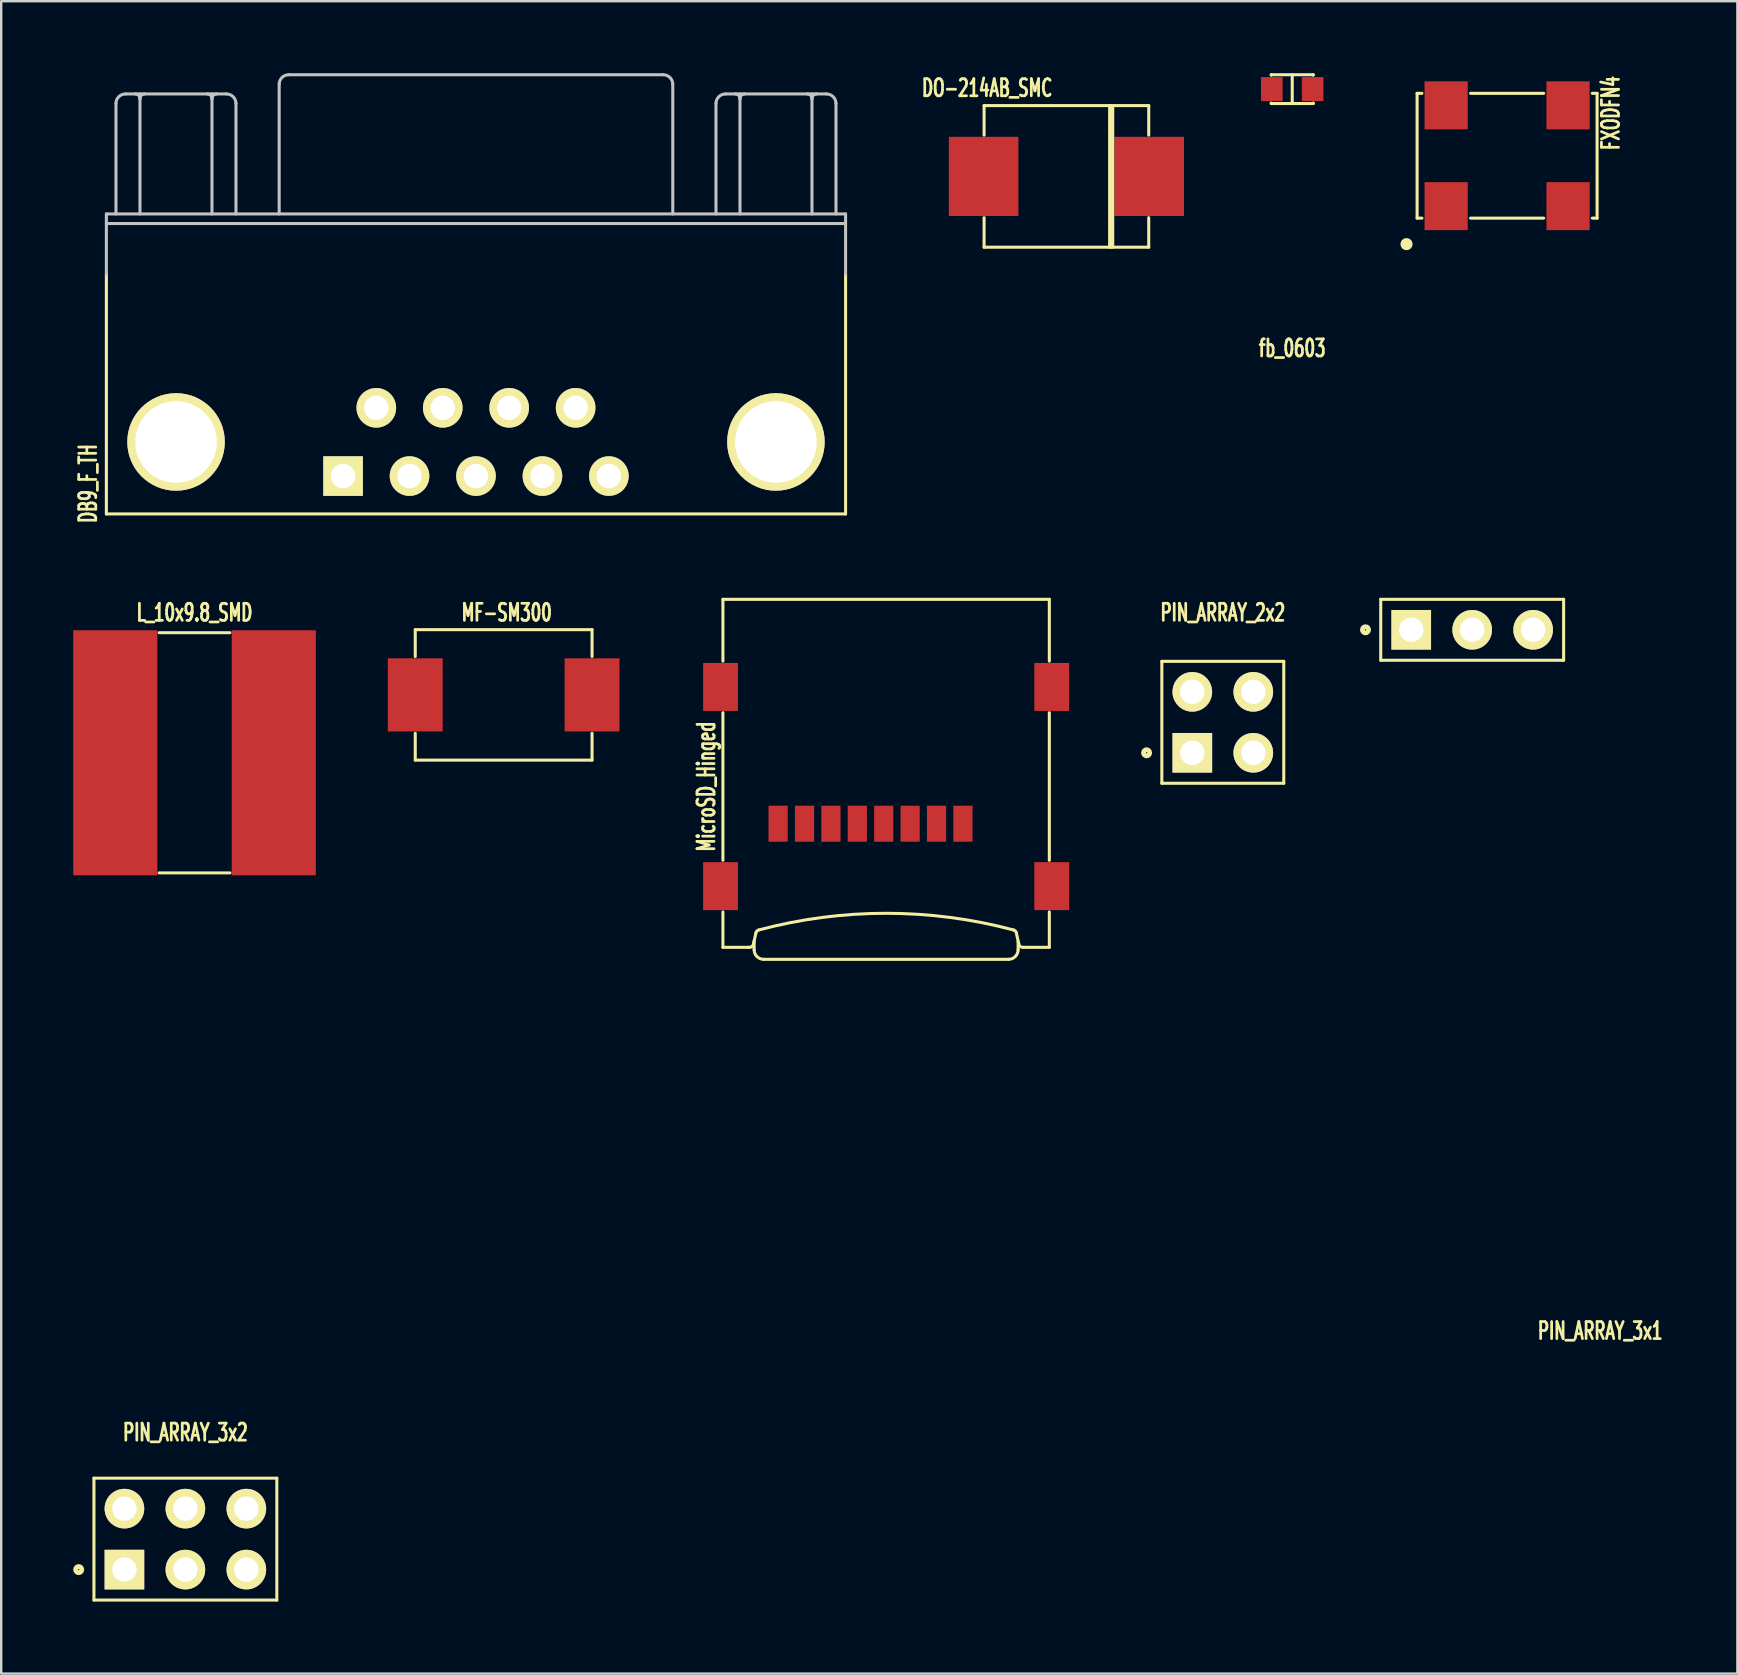
<source format=kicad_pcb>
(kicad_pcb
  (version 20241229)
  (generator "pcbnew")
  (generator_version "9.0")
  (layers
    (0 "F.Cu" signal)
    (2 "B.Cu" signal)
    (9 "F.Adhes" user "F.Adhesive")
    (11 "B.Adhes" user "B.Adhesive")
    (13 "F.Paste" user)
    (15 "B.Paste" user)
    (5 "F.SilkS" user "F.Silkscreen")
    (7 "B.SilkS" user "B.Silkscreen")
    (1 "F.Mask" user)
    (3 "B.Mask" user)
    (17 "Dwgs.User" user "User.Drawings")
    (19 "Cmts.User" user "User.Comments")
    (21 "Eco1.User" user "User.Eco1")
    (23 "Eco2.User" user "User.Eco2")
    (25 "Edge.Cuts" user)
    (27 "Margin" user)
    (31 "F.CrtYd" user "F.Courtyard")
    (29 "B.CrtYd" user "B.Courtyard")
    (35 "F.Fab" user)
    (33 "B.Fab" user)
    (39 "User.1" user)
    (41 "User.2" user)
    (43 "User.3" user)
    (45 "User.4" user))
  (footprint "fb_0603"
    (layer "F.Cu")
    (at 50.792 0.663)
    (property "Reference" "fb_0603" (at 0 10.795 0) (layer "F.SilkS") (effects (font (size 0.711 0.457) (thickness 0.114))))
    (attr through_hole)
    (fp_line (start -0.875 -0.58) (end -0.875 -0.6) (stroke (width 0.127) (type solid)) (layer "F.SilkS"))
    (fp_line (start -0.875 0.6) (end -0.875 0.58) (stroke (width 0.127) (type solid)) (layer "F.SilkS"))
    (fp_line (start -0.875 0.6) (end 0.875 0.6) (stroke (width 0.127) (type solid)) (layer "F.SilkS"))
    (fp_line (start 0 -0.6) (end 0 0.6) (stroke (width 0.127) (type solid)) (layer "F.SilkS"))
    (fp_line (start 0.875 -0.6) (end -0.875 -0.6) (stroke (width 0.127) (type solid)) (layer "F.SilkS"))
    (fp_line (start 0.875 -0.6) (end 0.875 -0.58) (stroke (width 0.127) (type solid)) (layer "F.SilkS"))
    (fp_line (start 0.875 0.58) (end 0.875 0.6) (stroke (width 0.127) (type solid)) (layer "F.SilkS"))
    (pad "1" smd rect (at -0.85 0) (size 0.899 1.001) (layers "F.Cu" "F.Mask" "F.Paste"))
    (pad "2" smd rect (at 0.85 0) (size 0.899 1.001) (layers "F.Cu" "F.Mask" "F.Paste")))
  (footprint "L_10x9.8_SMD"
    (layer "F.Cu")
    (at 5.055 28.316)
    (property "Reference" "L_10x9.8_SMD" (at 0 -5.842 0) (layer "F.SilkS") (effects (font (size 0.711 0.457) (thickness 0.114))))
    (attr smd)
    (fp_line (start 1.473 -5.004) (end -1.473 -5.004) (stroke (width 0.127) (type solid)) (layer "F.SilkS"))
    (fp_line (start 1.473 5.004) (end -1.473 5.004) (stroke (width 0.127) (type solid)) (layer "F.SilkS"))
    (pad "1" smd rect (at -3.302 0) (size 3.505 10.211) (layers "F.Cu" "F.Mask" "F.Paste"))
    (pad "2" smd rect (at 3.302 0) (size 3.505 10.211) (layers "F.Cu" "F.Mask" "F.Paste")))
  (footprint "DB9_F_TH"
    (layer "F.Cu")
    (at 16.782 15.364)
    (property "Reference" "DB9_F_TH" (at -16.165 1.735 90) (layer "F.SilkS") (effects (font (size 0.711 0.457) (thickness 0.114))))
    (attr through_hole)
    (fp_line (start -15.4 3) (end -15.4 -7) (stroke (width 0.127) (type solid)) (layer "F.SilkS"))
    (fp_line (start 15.4 3) (end -15.4 3) (stroke (width 0.127) (type solid)) (layer "F.SilkS"))
    (fp_line (start 15.4 3) (end 15.4 -7) (stroke (width 0.127) (type solid)) (layer "F.SilkS"))
    (fp_line (start -15.4 -9.5) (end -15.4 -7) (stroke (width 0.127) (type solid)) (layer "Dwgs.User"))
    (fp_line (start -15.4 -9.5) (end 15.4 -9.5) (stroke (width 0.127) (type solid)) (layer "Dwgs.User"))
    (fp_line (start -15.4 -9.1) (end 15.4 -9.1) (stroke (width 0.127) (type solid)) (layer "Dwgs.User"))
    (fp_line (start -15 -14.1) (end -15 -9.5) (stroke (width 0.127) (type solid)) (layer "Dwgs.User"))
    (fp_line (start -14.6 -14.5) (end -10.4 -14.5) (stroke (width 0.127) (type solid)) (layer "Dwgs.User"))
    (fp_line (start -14 -14.5) (end -14 -9.5) (stroke (width 0.127) (type solid)) (layer "Dwgs.User"))
    (fp_line (start -11 -14.5) (end -11 -9.5) (stroke (width 0.127) (type solid)) (layer "Dwgs.User"))
    (fp_line (start -10 -14.1) (end -10 -9.5) (stroke (width 0.127) (type solid)) (layer "Dwgs.User"))
    (fp_line (start -8.2 -14.9) (end -8.2 -9.5) (stroke (width 0.127) (type solid)) (layer "Dwgs.User"))
    (fp_line (start 7.8 -15.3) (end -7.8 -15.3) (stroke (width 0.127) (type solid)) (layer "Dwgs.User"))
    (fp_line (start 8.2 -14.9) (end 8.2 -9.5) (stroke (width 0.127) (type solid)) (layer "Dwgs.User"))
    (fp_line (start 10 -14.1) (end 10 -9.5) (stroke (width 0.127) (type solid)) (layer "Dwgs.User"))
    (fp_line (start 10.4 -14.5) (end 14.6 -14.5) (stroke (width 0.127) (type solid)) (layer "Dwgs.User"))
    (fp_line (start 11 -14.5) (end 11 -9.5) (stroke (width 0.127) (type solid)) (layer "Dwgs.User"))
    (fp_line (start 14 -14.5) (end 14 -9.5) (stroke (width 0.127) (type solid)) (layer "Dwgs.User"))
    (fp_line (start 15 -14.1) (end 15 -9.5) (stroke (width 0.127) (type solid)) (layer "Dwgs.User"))
    (fp_line (start 15.4 -9.5) (end 15.4 -7) (stroke (width 0.127) (type solid)) (layer "Dwgs.User"))
    (fp_arc (start -15 -14.1) (mid -14.882843 -14.382843) (end -14.6 -14.5) (stroke (width 0.127) (type solid)) (layer "Dwgs.User"))
    (fp_arc (start -14.2 -14.5) (mid -14.058579 -14.441421) (end -14 -14.3) (stroke (width 0.127) (type solid)) (layer "Dwgs.User"))
    (fp_arc (start -14 -14.3) (mid -13.941421 -14.441421) (end -13.8 -14.5) (stroke (width 0.127) (type solid)) (layer "Dwgs.User"))
    (fp_arc (start -11.2 -14.5) (mid -11.058579 -14.441421) (end -11 -14.3) (stroke (width 0.127) (type solid)) (layer "Dwgs.User"))
    (fp_arc (start -11 -14.3) (mid -10.941421 -14.441421) (end -10.8 -14.5) (stroke (width 0.127) (type solid)) (layer "Dwgs.User"))
    (fp_arc (start -10.4 -14.5) (mid -10.117157 -14.382843) (end -10 -14.1) (stroke (width 0.127) (type solid)) (layer "Dwgs.User"))
    (fp_arc (start -8.2 -14.9) (mid -8.082843 -15.182843) (end -7.8 -15.3) (stroke (width 0.127) (type solid)) (layer "Dwgs.User"))
    (fp_arc (start 7.8 -15.3) (mid 8.082843 -15.182843) (end 8.2 -14.9) (stroke (width 0.127) (type solid)) (layer "Dwgs.User"))
    (fp_arc (start 10 -14.1) (mid 10.117157 -14.382843) (end 10.4 -14.5) (stroke (width 0.127) (type solid)) (layer "Dwgs.User"))
    (fp_arc (start 10.8 -14.5) (mid 10.941421 -14.441421) (end 11 -14.3) (stroke (width 0.127) (type solid)) (layer "Dwgs.User"))
    (fp_arc (start 11 -14.3) (mid 11.058579 -14.441421) (end 11.2 -14.5) (stroke (width 0.127) (type solid)) (layer "Dwgs.User"))
    (fp_arc (start 13.8 -14.5) (mid 13.941421 -14.441421) (end 14 -14.3) (stroke (width 0.127) (type solid)) (layer "Dwgs.User"))
    (fp_arc (start 14 -14.3) (mid 14.058579 -14.441421) (end 14.2 -14.5) (stroke (width 0.127) (type solid)) (layer "Dwgs.User"))
    (fp_arc (start 14.6 -14.5) (mid 14.882843 -14.382843) (end 15 -14.1) (stroke (width 0.127) (type solid)) (layer "Dwgs.User"))
    (pad "1" thru_hole rect (at -5.537 1.422) (size 1.651 1.651) (drill 1.016) (layers "*.Cu" "*.Mask" "F.SilkS"))
    (pad "2" thru_hole circle (at -2.769 1.422) (size 1.651 1.651) (drill 1.016) (layers "*.Cu" "*.Mask" "F.SilkS"))
    (pad "3" thru_hole circle (at 0 1.422) (size 1.651 1.651) (drill 1.016) (layers "*.Cu" "*.Mask" "F.SilkS"))
    (pad "4" thru_hole circle (at 2.769 1.422) (size 1.651 1.651) (drill 1.016) (layers "*.Cu" "*.Mask" "F.SilkS"))
    (pad "5" thru_hole circle (at 5.537 1.422) (size 1.651 1.651) (drill 1.016) (layers "*.Cu" "*.Mask" "F.SilkS"))
    (pad "6" thru_hole circle (at -4.153 -1.422) (size 1.651 1.651) (drill 1.016) (layers "*.Cu" "*.Mask" "F.SilkS"))
    (pad "7" thru_hole circle (at -1.384 -1.422) (size 1.651 1.651) (drill 1.016) (layers "*.Cu" "*.Mask" "F.SilkS"))
    (pad "8" thru_hole circle (at 1.384 -1.422) (size 1.651 1.651) (drill 1.016) (layers "*.Cu" "*.Mask" "F.SilkS"))
    (pad "9" thru_hole circle (at 4.153 -1.422) (size 1.651 1.651) (drill 1.016) (layers "*.Cu" "*.Mask" "F.SilkS"))
    (pad "10" thru_hole circle (at -12.497 0) (size 4.064 4.064) (drill 3.4) (layers "*.Cu" "*.Mask" "F.SilkS"))
    (pad "11" thru_hole circle (at 12.497 0) (size 4.064 4.064) (drill 3.4) (layers "*.Cu" "*.Mask" "F.SilkS")))
  (footprint "MF-SM300"
    (layer "F.Cu")
    (at 17.935 25.903)
    (property "Reference" "MF-SM300" (at 0.127 -3.429 0) (layer "F.SilkS") (effects (font (size 0.711 0.457) (thickness 0.114))))
    (attr through_hole)
    (fp_line (start -3.683 -2.718) (end 3.683 -2.718) (stroke (width 0.127) (type solid)) (layer "F.SilkS"))
    (fp_line (start -3.683 -1.6) (end -3.683 -2.718) (stroke (width 0.127) (type solid)) (layer "F.SilkS"))
    (fp_line (start -3.683 2.718) (end -3.683 1.6) (stroke (width 0.127) (type solid)) (layer "F.SilkS"))
    (fp_line (start 3.683 -2.718) (end 3.683 -1.6) (stroke (width 0.127) (type solid)) (layer "F.SilkS"))
    (fp_line (start 3.683 1.6) (end 3.683 2.718) (stroke (width 0.127) (type solid)) (layer "F.SilkS"))
    (fp_line (start 3.683 2.718) (end -3.683 2.718) (stroke (width 0.127) (type solid)) (layer "F.SilkS"))
    (pad "1" smd rect (at -3.683 0) (size 2.286 3.048) (layers "F.Cu" "F.Mask" "F.Paste"))
    (pad "2" smd rect (at 3.683 0) (size 2.286 3.048) (layers "F.Cu" "F.Mask" "F.Paste")))
  (footprint "PIN_ARRAY_2x2"
    (layer "F.Cu")
    (at 47.899 27.046)
    (property "Reference" "PIN_ARRAY_2x2" (at 0 -4.572 0) (layer "F.SilkS") (effects (font (size 0.711 0.457) (thickness 0.114))))
    (attr through_hole)
    (fp_line (start -2.54 -2.54) (end 2.54 -2.54) (stroke (width 0.127) (type solid)) (layer "F.SilkS"))
    (fp_line (start -2.54 2.54) (end -2.54 -2.54) (stroke (width 0.127) (type solid)) (layer "F.SilkS"))
    (fp_line (start 2.54 -2.54) (end 2.54 2.54) (stroke (width 0.127) (type solid)) (layer "F.SilkS"))
    (fp_line (start 2.54 2.54) (end -2.54 2.54) (stroke (width 0.127) (type solid)) (layer "F.SilkS"))
    (fp_circle (center -3.175 1.27) (end -3.175 1.143) (stroke (width 0.203) (type solid)) (fill no) (layer "F.SilkS"))
    (pad "1" thru_hole rect (at -1.27 1.27) (size 1.651 1.651) (drill 1.016) (layers "*.Cu" "*.Mask" "F.SilkS"))
    (pad "2" thru_hole circle (at -1.27 -1.27) (size 1.651 1.651) (drill 1.016) (layers "*.Cu" "*.Mask" "F.SilkS"))
    (pad "3" thru_hole circle (at 1.27 1.27) (size 1.651 1.651) (drill 1.016) (layers "*.Cu" "*.Mask" "F.SilkS"))
    (pad "4" thru_hole circle (at 1.27 -1.27) (size 1.651 1.651) (drill 1.016) (layers "*.Cu" "*.Mask" "F.SilkS")))
  (footprint "PIN_ARRAY_3x1"
    (layer "F.Cu")
    (at 58.29 23.191)
    (property "Reference" "PIN_ARRAY_3x1" (at 5.334 29.21 0) (layer "F.SilkS") (effects (font (size 0.711 0.457) (thickness 0.114))))
    (attr through_hole)
    (fp_line (start -3.81 -1.27) (end 3.81 -1.27) (stroke (width 0.127) (type solid)) (layer "F.SilkS"))
    (fp_line (start -3.81 1.27) (end -3.81 -1.27) (stroke (width 0.127) (type solid)) (layer "F.SilkS"))
    (fp_line (start 3.81 -1.27) (end 3.81 1.27) (stroke (width 0.127) (type solid)) (layer "F.SilkS"))
    (fp_line (start 3.81 1.27) (end -3.81 1.27) (stroke (width 0.127) (type solid)) (layer "F.SilkS"))
    (fp_circle (center -4.445 0) (end -4.445 -0.127) (stroke (width 0.203) (type solid)) (fill no) (layer "F.SilkS"))
    (pad "1" thru_hole rect (at -2.54 0) (size 1.651 1.651) (drill 1.016) (layers "*.Cu" "*.Mask" "F.SilkS"))
    (pad "2" thru_hole circle (at 0 0) (size 1.651 1.651) (drill 1.016) (layers "*.Cu" "*.Mask" "F.SilkS"))
    (pad "3" thru_hole circle (at 2.54 0) (size 1.651 1.651) (drill 1.016) (layers "*.Cu" "*.Mask" "F.SilkS")))
  (footprint "FXODFN4"
    (layer "F.Cu")
    (at 59.745 3.439)
    (property "Reference" "FXODFN4" (at 4.318 -1.778 90) (layer "F.SilkS") (effects (font (size 0.711 0.457) (thickness 0.114))))
    (attr through_hole)
    (fp_line (start -3.75 -2.6) (end -3.55 -2.6) (stroke (width 0.127) (type solid)) (layer "F.SilkS"))
    (fp_line (start -3.75 2.6) (end -3.75 -2.6) (stroke (width 0.127) (type solid)) (layer "F.SilkS"))
    (fp_line (start -3.75 2.6) (end -3.55 2.6) (stroke (width 0.127) (type solid)) (layer "F.SilkS"))
    (fp_line (start -1.524 -2.6) (end 1.524 -2.6) (stroke (width 0.127) (type solid)) (layer "F.SilkS"))
    (fp_line (start -1.524 2.6) (end 1.524 2.6) (stroke (width 0.127) (type solid)) (layer "F.SilkS"))
    (fp_line (start 3.55 -2.6) (end 3.75 -2.6) (stroke (width 0.127) (type solid)) (layer "F.SilkS"))
    (fp_line (start 3.55 2.6) (end 3.75 2.6) (stroke (width 0.127) (type solid)) (layer "F.SilkS"))
    (fp_line (start 3.75 -2.6) (end 3.75 2.6) (stroke (width 0.127) (type solid)) (layer "F.SilkS"))
    (fp_circle (center -4.191 3.683) (end -4.064 3.683) (stroke (width 0.254) (type solid)) (fill no) (layer "F.SilkS"))
    (pad "1" smd rect (at -2.54 2.1) (size 1.8 2) (layers "F.Cu" "F.Mask" "F.Paste"))
    (pad "2" smd rect (at 2.54 2.1) (size 1.8 2) (layers "F.Cu" "F.Mask" "F.Paste"))
    (pad "3" smd rect (at 2.54 -2.1) (size 1.8 2) (layers "F.Cu" "F.Mask" "F.Paste"))
    (pad "4" smd rect (at -2.54 -2.1) (size 1.8 2) (layers "F.Cu" "F.Mask" "F.Paste")))
  (footprint "PIN_ARRAY_3x2"
    (layer "F.Cu")
    (at 4.674 61.079)
    (property "Reference" "PIN_ARRAY_3x2" (at 0 -4.445 0) (layer "F.SilkS") (effects (font (size 0.711 0.457) (thickness 0.114))))
    (attr through_hole)
    (fp_line (start -3.81 -2.54) (end 3.81 -2.54) (stroke (width 0.127) (type solid)) (layer "F.SilkS"))
    (fp_line (start -3.81 2.54) (end -3.81 -2.54) (stroke (width 0.127) (type solid)) (layer "F.SilkS"))
    (fp_line (start 3.81 -2.54) (end 3.81 2.54) (stroke (width 0.127) (type solid)) (layer "F.SilkS"))
    (fp_line (start 3.81 2.54) (end -3.81 2.54) (stroke (width 0.127) (type solid)) (layer "F.SilkS"))
    (fp_circle (center -4.445 1.27) (end -4.445 1.143) (stroke (width 0.203) (type solid)) (fill no) (layer "F.SilkS"))
    (pad "1" thru_hole rect (at -2.54 1.27) (size 1.651 1.651) (drill 1.016) (layers "*.Cu" "*.Mask" "F.SilkS"))
    (pad "2" thru_hole circle (at -2.54 -1.27) (size 1.651 1.651) (drill 1.016) (layers "*.Cu" "*.Mask" "F.SilkS"))
    (pad "3" thru_hole circle (at 0 1.27) (size 1.651 1.651) (drill 1.016) (layers "*.Cu" "*.Mask" "F.SilkS"))
    (pad "4" thru_hole circle (at 0 -1.27) (size 1.651 1.651) (drill 1.016) (layers "*.Cu" "*.Mask" "F.SilkS"))
    (pad "5" thru_hole circle (at 2.54 1.27) (size 1.651 1.651) (drill 1.016) (layers "*.Cu" "*.Mask" "F.SilkS"))
    (pad "6" thru_hole circle (at 2.54 -1.27) (size 1.651 1.651) (drill 1.016) (layers "*.Cu" "*.Mask" "F.SilkS")))
  (footprint "MicroSD_Hinged"
    (layer "F.Cu")
    (at 33.871 29.721)
    (property "Reference" "MicroSD_Hinged" (at -7.493 0 90) (layer "F.SilkS") (effects (font (size 0.711 0.457) (thickness 0.114))))
    (attr through_hole)
    (fp_line (start -6.8 -7.8) (end 6.8 -7.8) (stroke (width 0.127) (type solid)) (layer "F.SilkS"))
    (fp_line (start -6.8 -5.225) (end -6.8 -7.8) (stroke (width 0.127) (type solid)) (layer "F.SilkS"))
    (fp_line (start -6.8 -3.075) (end -6.8 3.075) (stroke (width 0.127) (type solid)) (layer "F.SilkS"))
    (fp_line (start -6.8 6.7) (end -6.8 5.225) (stroke (width 0.127) (type solid)) (layer "F.SilkS"))
    (fp_line (start -6.8 6.7) (end -5.725 6.7) (stroke (width 0.127) (type solid)) (layer "F.SilkS"))
    (fp_line (start -5.5 6.45) (end -5.5 6.8) (stroke (width 0.127) (type solid)) (layer "F.SilkS"))
    (fp_line (start -5.425 6.1) (end -5.525 6.55) (stroke (width 0.127) (type solid)) (layer "F.SilkS"))
    (fp_line (start -5.1 7.2) (end 5.1 7.2) (stroke (width 0.127) (type solid)) (layer "F.SilkS"))
    (fp_line (start 5.425 6.1) (end 5.525 6.55) (stroke (width 0.127) (type solid)) (layer "F.SilkS"))
    (fp_line (start 5.5 6.45) (end 5.5 6.8) (stroke (width 0.127) (type solid)) (layer "F.SilkS"))
    (fp_line (start 6.8 -7.8) (end 6.8 -5.225) (stroke (width 0.127) (type solid)) (layer "F.SilkS"))
    (fp_line (start 6.8 3.075) (end 6.8 -3.075) (stroke (width 0.127) (type solid)) (layer "F.SilkS"))
    (fp_line (start 6.8 6.7) (end 5.725 6.7) (stroke (width 0.127) (type solid)) (layer "F.SilkS"))
    (fp_line (start 6.8 6.7) (end 6.8 5.225) (stroke (width 0.127) (type solid)) (layer "F.SilkS"))
    (fp_arc (start -5.525 6.55) (mid -5.593934 6.666421) (end -5.725 6.7) (stroke (width 0.127) (type solid)) (layer "F.SilkS"))
    (fp_arc (start -5.425 6.1) (mid -5.383534 6.018485) (end -5.302811 5.975496) (stroke (width 0.127) (type solid)) (layer "F.SilkS"))
    (fp_arc (start -5.3 5.975) (mid 0.001578 5.282153) (end 5.303049 5.975811) (stroke (width 0.127) (type solid)) (layer "F.SilkS"))
    (fp_arc (start -5.1 7.2) (mid -5.382843 7.082843) (end -5.5 6.8) (stroke (width 0.127) (type solid)) (layer "F.SilkS"))
    (fp_arc (start 5.302811 5.975496) (mid 5.383533 6.018485) (end 5.425 6.1) (stroke (width 0.127) (type solid)) (layer "F.SilkS"))
    (fp_arc (start 5.5 6.8) (mid 5.382843 7.082843) (end 5.1 7.2) (stroke (width 0.127) (type solid)) (layer "F.SilkS"))
    (fp_arc (start 5.725 6.7) (mid 5.593934 6.666421) (end 5.525 6.55) (stroke (width 0.127) (type solid)) (layer "F.SilkS"))
    (pad "1" smd rect (at 3.2 1.55) (size 0.8 1.5) (layers "F.Cu" "F.Mask" "F.Paste"))
    (pad "2" smd rect (at 2.1 1.55) (size 0.8 1.5) (layers "F.Cu" "F.Mask" "F.Paste"))
    (pad "3" smd rect (at 1 1.55) (size 0.8 1.5) (layers "F.Cu" "F.Mask" "F.Paste"))
    (pad "4" smd rect (at -0.1 1.55) (size 0.8 1.5) (layers "F.Cu" "F.Mask" "F.Paste"))
    (pad "5" smd rect (at -1.2 1.55) (size 0.8 1.5) (layers "F.Cu" "F.Mask" "F.Paste"))
    (pad "6" smd rect (at -2.3 1.55) (size 0.8 1.5) (layers "F.Cu" "F.Mask" "F.Paste"))
    (pad "7" smd rect (at -3.4 1.55) (size 0.8 1.5) (layers "F.Cu" "F.Mask" "F.Paste"))
    (pad "8" smd rect (at -4.5 1.55) (size 0.8 1.5) (layers "F.Cu" "F.Mask" "F.Paste"))
    (pad "9" smd rect (at 6.9 4.15) (size 1.45 2) (layers "F.Cu" "F.Mask" "F.Paste"))
    (pad "10" smd rect (at -6.9 4.15) (size 1.45 2) (layers "F.Cu" "F.Mask" "F.Paste"))
    (pad "11" smd rect (at 6.9 -4.15) (size 1.45 2) (layers "F.Cu" "F.Mask" "F.Paste"))
    (pad "12" smd rect (at -6.9 -4.15) (size 1.45 2) (layers "F.Cu" "F.Mask" "F.Paste")))
  (footprint "DO-214AB_SMC"
    (layer "F.Cu")
    (at 41.383 4.3)
    (property "Reference" "DO-214AB_SMC" (at -3.302 -3.683 0) (layer "F.SilkS") (effects (font (size 0.711 0.457) (thickness 0.114))))
    (attr smd)
    (fp_line (start -3.43 -2.95) (end -3.43 -1.72) (stroke (width 0.127) (type solid)) (layer "F.SilkS"))
    (fp_line (start -3.43 -2.95) (end 3.43 -2.95) (stroke (width 0.127) (type solid)) (layer "F.SilkS"))
    (fp_line (start -3.43 2.95) (end -3.43 1.72) (stroke (width 0.127) (type solid)) (layer "F.SilkS"))
    (fp_line (start -3.43 2.95) (end 3.43 2.95) (stroke (width 0.127) (type solid)) (layer "F.SilkS"))
    (fp_line (start 1.8 -2.95) (end 1.8 2.95) (stroke (width 0.127) (type solid)) (layer "F.SilkS"))
    (fp_line (start 1.87 2.95) (end 1.87 -2.95) (stroke (width 0.127) (type solid)) (layer "F.SilkS"))
    (fp_line (start 1.93 -2.95) (end 1.93 2.95) (stroke (width 0.127) (type solid)) (layer "F.SilkS"))
    (fp_line (start 3.43 -2.95) (end 3.43 -1.72) (stroke (width 0.127) (type solid)) (layer "F.SilkS"))
    (fp_line (start 3.43 2.95) (end 3.43 1.72) (stroke (width 0.127) (type solid)) (layer "F.SilkS"))
    (pad "1" smd rect (at -3.45 0) (size 2.9 3.3) (layers "F.Cu" "F.Mask" "F.Paste"))
    (pad "2" smd rect (at 3.45 0) (size 2.9 3.3) (layers "F.Cu" "F.Mask" "F.Paste")))
  (gr_rect
    (start -3 -3)
    (end 69.34 66.682)
    (stroke (width 0.1) (type default))
    (fill no)
    (layer "Edge.Cuts")))
</source>
